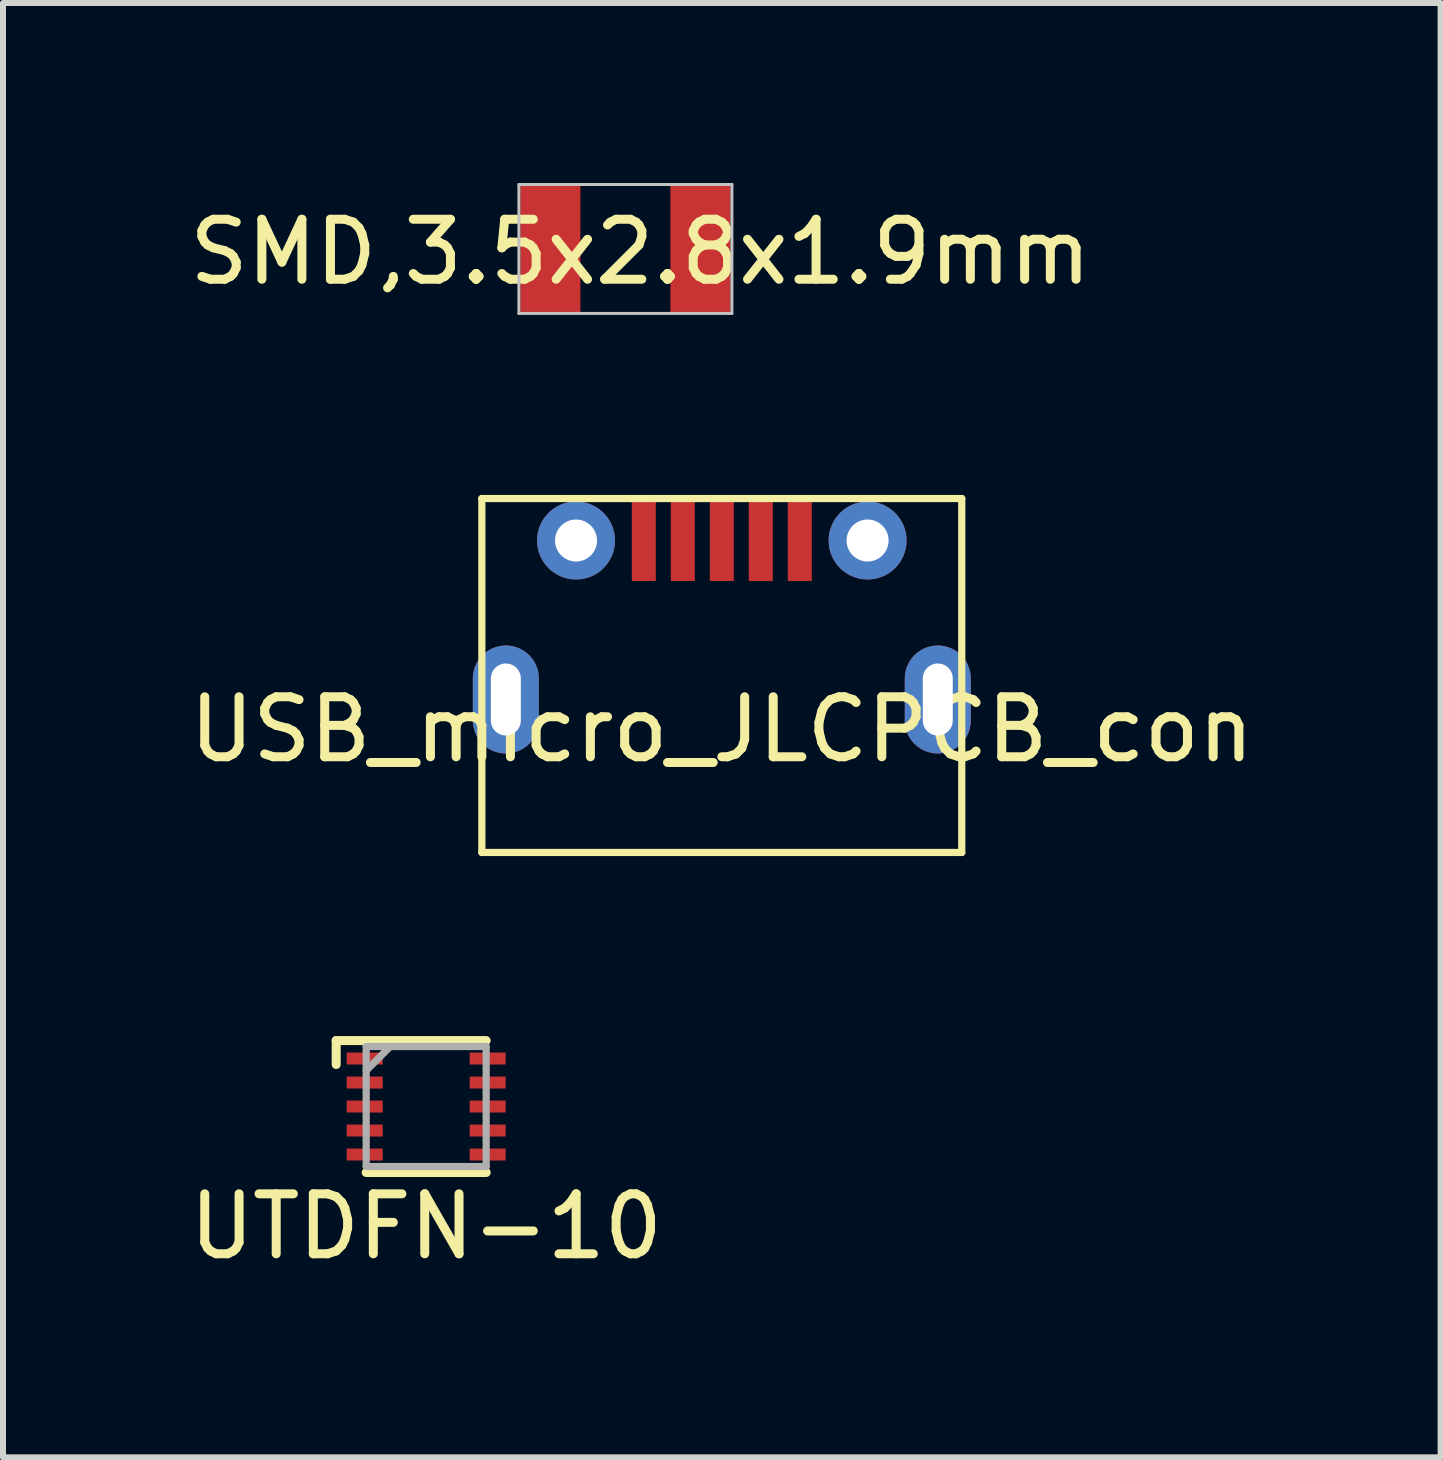
<source format=kicad_pcb>
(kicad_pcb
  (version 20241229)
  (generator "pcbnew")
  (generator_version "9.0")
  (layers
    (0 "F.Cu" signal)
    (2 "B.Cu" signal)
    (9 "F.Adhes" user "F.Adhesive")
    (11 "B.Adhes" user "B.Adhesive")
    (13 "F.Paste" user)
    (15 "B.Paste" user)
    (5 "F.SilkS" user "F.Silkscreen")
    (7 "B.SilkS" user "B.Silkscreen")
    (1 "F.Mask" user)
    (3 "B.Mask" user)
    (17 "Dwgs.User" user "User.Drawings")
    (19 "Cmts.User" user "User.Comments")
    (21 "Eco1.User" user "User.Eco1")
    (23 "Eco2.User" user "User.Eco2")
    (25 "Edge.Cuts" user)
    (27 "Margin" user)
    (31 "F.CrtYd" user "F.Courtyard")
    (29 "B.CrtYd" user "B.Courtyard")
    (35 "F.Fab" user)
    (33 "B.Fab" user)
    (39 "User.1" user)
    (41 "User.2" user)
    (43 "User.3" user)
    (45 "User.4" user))
  (footprint "UTDFN-10"
    (layer "F.Cu")
    (at 4.054 15.395)
    (property "Reference" "UTDFN-10" (at 0 2 0) (layer "F.SilkS") (effects (font (size 1 1) (thickness 0.15))))
    (attr smd)
    (fp_line (start -1.5 -1.1) (end -1.5 -0.7) (stroke (width 0.15) (type solid)) (layer "F.SilkS"))
    (fp_line (start -1.5 -1.1) (end 1 -1.1) (stroke (width 0.15) (type solid)) (layer "F.SilkS"))
    (fp_line (start -1 1.1) (end 1 1.1) (stroke (width 0.15) (type solid)) (layer "F.SilkS"))
    (fp_line (start -1 -1) (end -1 1) (stroke (width 0.12) (type solid)) (layer "F.Fab"))
    (fp_line (start -1 -1) (end 1 -1) (stroke (width 0.12) (type solid)) (layer "F.Fab"))
    (fp_line (start -1 -0.6) (end -0.6 -1) (stroke (width 0.12) (type solid)) (layer "F.Fab"))
    (fp_line (start 1 -1) (end 1 1) (stroke (width 0.12) (type solid)) (layer "F.Fab"))
    (fp_line (start 1 1) (end -1 1) (stroke (width 0.12) (type solid)) (layer "F.Fab"))
    (pad "1" smd rect (at -1.025 -0.8) (size 0.6 0.2) (layers "F.Cu" "F.Mask" "F.Paste"))
    (pad "2" smd rect (at -1.025 -0.4) (size 0.6 0.2) (layers "F.Cu" "F.Mask" "F.Paste"))
    (pad "3" smd rect (at -1.025 0) (size 0.6 0.2) (layers "F.Cu" "F.Mask" "F.Paste"))
    (pad "4" smd rect (at -1.025 0.4) (size 0.6 0.2) (layers "F.Cu" "F.Mask" "F.Paste"))
    (pad "5" smd rect (at -1.025 0.8) (size 0.6 0.2) (layers "F.Cu" "F.Mask" "F.Paste"))
    (pad "6" smd rect (at 1.025 0.8) (size 0.6 0.2) (layers "F.Cu" "F.Mask" "F.Paste"))
    (pad "7" smd rect (at 1.025 0.4) (size 0.6 0.2) (layers "F.Cu" "F.Mask" "F.Paste"))
    (pad "8" smd rect (at 1.025 0) (size 0.6 0.2) (layers "F.Cu" "F.Mask" "F.Paste"))
    (pad "9" smd rect (at 1.025 -0.4) (size 0.6 0.2) (layers "F.Cu" "F.Mask" "F.Paste"))
    (pad "10" smd rect (at 1.025 -0.8) (size 0.6 0.2) (layers "F.Cu" "F.Mask" "F.Paste")))
  (footprint "SMD,3.5x2.8x1.9mm"
    (layer "F.Cu")
    (at 7.375 1.1)
    (property "Reference" "SMD,3.5x2.8x1.9mm" (at 0.25 0.05 0) (layer "F.SilkS") (effects (font (size 1 1) (thickness 0.15))))
    (attr smd)
    (fp_line (start -1.775 -1.075) (end 1.775 -1.075) (stroke (width 0.05) (type solid)) (layer "Dwgs.User"))
    (fp_line (start -1.775 1.075) (end -1.775 -1.075) (stroke (width 0.05) (type solid)) (layer "Dwgs.User"))
    (fp_line (start 1.775 -1.075) (end 1.775 1.075) (stroke (width 0.05) (type solid)) (layer "Dwgs.User"))
    (fp_line (start 1.775 1.075) (end -1.775 1.075) (stroke (width 0.05) (type solid)) (layer "Dwgs.User"))
    (pad "1" smd rect (at -1.25 0) (size 1 2.1) (layers "F.Cu" "F.Mask" "F.Paste"))
    (pad "2" smd rect (at 1.25 0) (size 1 2.1) (layers "F.Cu" "F.Mask" "F.Paste")))
  (footprint "USB_micro_JLCPCB_con"
    (layer "F.Cu")
    (at 8.982 8.61)
    (property "Reference" "USB_micro_JLCPCB_con" (at 0 0.5 0) (layer "F.SilkS") (effects (font (size 1 1) (thickness 0.15))))
    (attr smd)
    (fp_line (start -4 -3.35) (end -1.5 -3.35) (stroke (width 0.12) (type solid)) (layer "F.SilkS"))
    (fp_line (start -4 2.55) (end -4 -3.35) (stroke (width 0.12) (type solid)) (layer "F.SilkS"))
    (fp_line (start -1.5 -3.35) (end 4 -3.35) (stroke (width 0.12) (type solid)) (layer "F.SilkS"))
    (fp_line (start 4 -3.35) (end 4 2.55) (stroke (width 0.12) (type solid)) (layer "F.SilkS"))
    (fp_line (start 4 2.55) (end -4 2.55) (stroke (width 0.12) (type solid)) (layer "F.SilkS"))
    (pad "1" smd rect (at -1.3 -2.65) (size 0.4 1.35) (layers "F.Cu" "F.Mask" "F.Paste"))
    (pad "2" smd rect (at -0.65 -2.65) (size 0.4 1.35) (layers "F.Cu" "F.Mask" "F.Paste"))
    (pad "3" smd rect (at 0 -2.65) (size 0.4 1.35) (layers "F.Cu" "F.Mask" "F.Paste"))
    (pad "4" smd rect (at 0.65 -2.65) (size 0.4 1.35) (layers "F.Cu" "F.Mask" "F.Paste"))
    (pad "5" smd rect (at 1.3 -2.65) (size 0.4 1.35) (layers "F.Cu" "F.Mask" "F.Paste"))
    (pad "6" thru_hole oval (at -3.6 0) (size 1.1 1.8) (drill oval 0.5 1.2) (layers "*.Cu" "*.Mask"))
    (pad "6" thru_hole circle (at -2.43 -2.65) (size 1.3 1.3) (drill 0.7) (layers "*.Cu" "*.Mask"))
    (pad "6" thru_hole circle (at 2.43 -2.65) (size 1.3 1.3) (drill 0.7) (layers "*.Cu" "*.Mask"))
    (pad "6" thru_hole oval (at 3.6 0) (size 1.1 1.8) (drill oval 0.5 1.2) (layers "*.Cu" "*.Mask")))
  (gr_rect
    (start -3 -3)
    (end 20.964 21.243)
    (stroke (width 0.1) (type default))
    (fill no)
    (layer "Edge.Cuts")))
</source>
